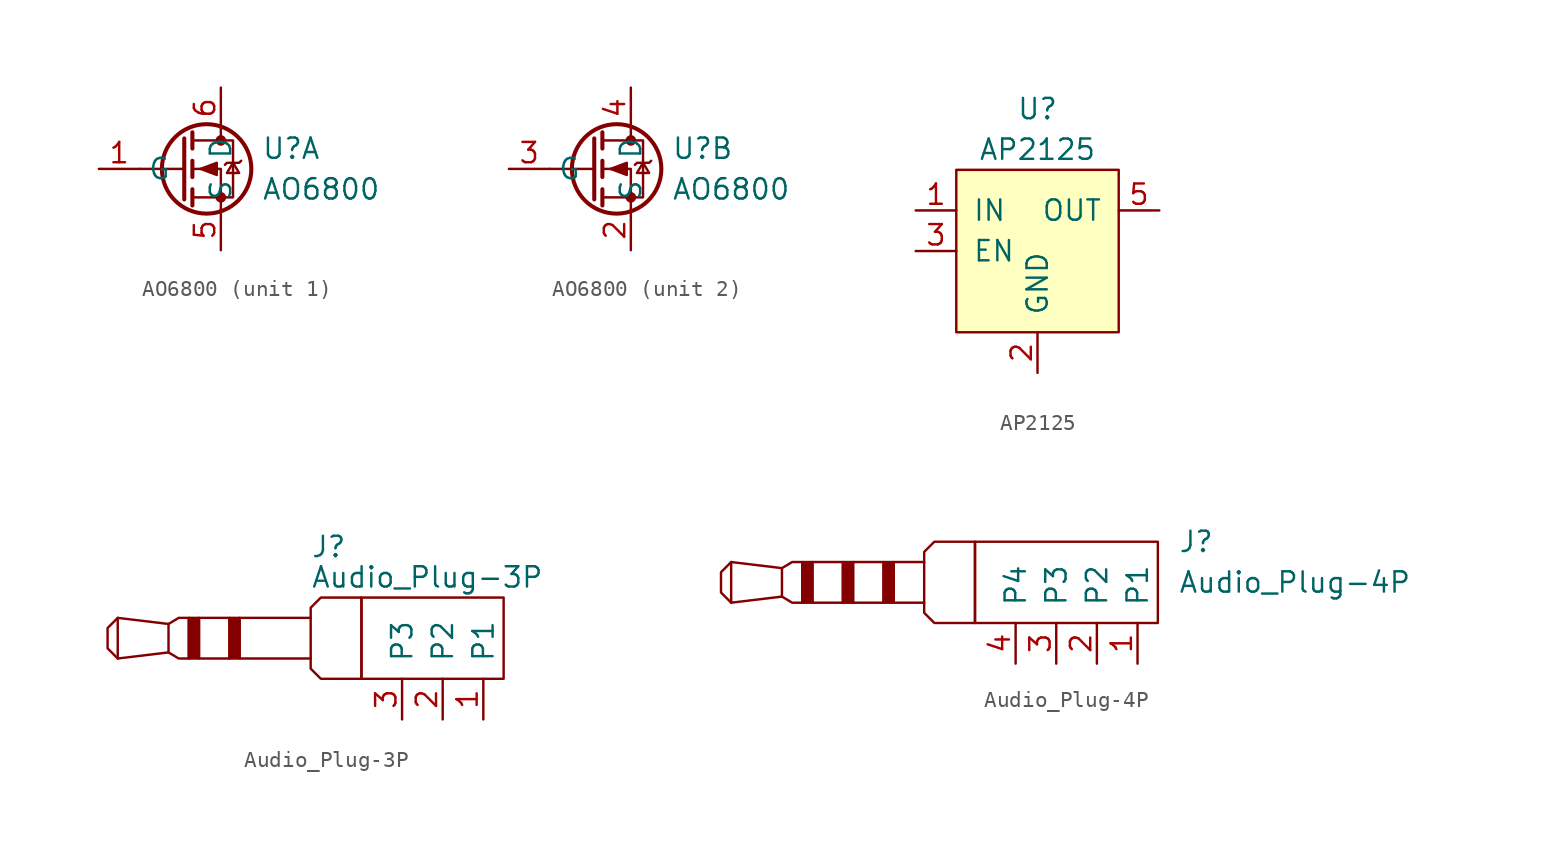
<source format=kicad_sym>
(kicad_symbol_lib
  (version 20231120)
  (generator "kicad_symbol_editor")
  (generator_version "8.0")
  (symbol "AO6800"
    (property "Reference" "U"
      (at 5.08 1.27 0)
      (effects (font (size 1.27 1.27)) (justify left)))
    (property "Value" "AO6800"
      (at 5.08 -1.27 0)
      (effects (font (size 1.27 1.27)) (justify left)))
    (symbol "AO6800_1_1"
      (polyline (pts (xy 0.254 0) (xy -2.54 0)) (stroke (width 0) (type default)) (fill (type none)))
      (polyline (pts (xy 0.254 1.905) (xy 0.254 -1.905)) (stroke (width 0.254) (type default)) (fill (type none)))
      (polyline (pts (xy 0.762 -1.27) (xy 0.762 -2.286)) (stroke (width 0.254) (type default)) (fill (type none)))
      (polyline (pts (xy 0.762 0.508) (xy 0.762 -0.508)) (stroke (width 0.254) (type default)) (fill (type none)))
      (polyline (pts (xy 0.762 2.286) (xy 0.762 1.27)) (stroke (width 0.254) (type default)) (fill (type none)))
      (polyline (pts (xy 2.54 2.54) (xy 2.54 1.778)) (stroke (width 0) (type default)) (fill (type none)))
      (polyline (pts (xy 2.54 -2.54) (xy 2.54 0) (xy 0.762 0)) (stroke (width 0) (type default)) (fill (type none)))
      (polyline (pts (xy 0.762 1.778) (xy 3.302 1.778) (xy 3.302 -1.778) (xy 0.762 -1.778)) (stroke (width 0) (type default)) (fill (type none)))
      (polyline (pts (xy 1.27 0) (xy 2.286 -0.381) (xy 2.286 0.381) (xy 1.27 0)) (stroke (width 0) (type default)) (fill (type outline)))
      (polyline (pts (xy 2.794 0.254) (xy 2.921 0.381) (xy 3.683 0.381) (xy 3.81 0.508)) (stroke (width 0) (type default)) (fill (type none)))
      (polyline (pts (xy 3.302 0.381) (xy 3.683 -0.254) (xy 2.921 -0.254) (xy 3.302 0.381)) (stroke (width 0) (type default)) (fill (type none)))
      (circle (center 1.651 0) (radius 2.794) (stroke (width 0.254) (type default)) (fill (type none)))
      (circle (center 2.54 -1.778) (radius 0.254) (stroke (width 0) (type default)) (fill (type outline)))
      (circle (center 2.54 1.778) (radius 0.254) (stroke (width 0) (type default)) (fill (type outline)))
      (pin input line (at -5.08 0 0) (length 2.54) (name "G" (effects (font (size 1.27 1.27)))) (number "1" (effects (font (size 1.27 1.27)))))
      (pin passive line (at 2.54 -5.08 90) (length 2.54) (name "S" (effects (font (size 1.27 1.27)))) (number "5" (effects (font (size 1.27 1.27)))))
      (pin passive line (at 2.54 5.08 270) (length 2.54) (name "D" (effects (font (size 1.27 1.27)))) (number "6" (effects (font (size 1.27 1.27))))))
    (symbol "AO6800_2_1"
      (polyline (pts (xy 0.254 0) (xy -2.54 0)) (stroke (width 0) (type default)) (fill (type none)))
      (polyline (pts (xy 0.254 1.905) (xy 0.254 -1.905)) (stroke (width 0.254) (type default)) (fill (type none)))
      (polyline (pts (xy 0.762 -1.27) (xy 0.762 -2.286)) (stroke (width 0.254) (type default)) (fill (type none)))
      (polyline (pts (xy 0.762 0.508) (xy 0.762 -0.508)) (stroke (width 0.254) (type default)) (fill (type none)))
      (polyline (pts (xy 0.762 2.286) (xy 0.762 1.27)) (stroke (width 0.254) (type default)) (fill (type none)))
      (polyline (pts (xy 2.54 2.54) (xy 2.54 1.778)) (stroke (width 0) (type default)) (fill (type none)))
      (polyline (pts (xy 2.54 -2.54) (xy 2.54 0) (xy 0.762 0)) (stroke (width 0) (type default)) (fill (type none)))
      (polyline (pts (xy 0.762 1.778) (xy 3.302 1.778) (xy 3.302 -1.778) (xy 0.762 -1.778)) (stroke (width 0) (type default)) (fill (type none)))
      (polyline (pts (xy 1.27 0) (xy 2.286 -0.381) (xy 2.286 0.381) (xy 1.27 0)) (stroke (width 0) (type default)) (fill (type outline)))
      (polyline (pts (xy 2.794 0.254) (xy 2.921 0.381) (xy 3.683 0.381) (xy 3.81 0.508)) (stroke (width 0) (type default)) (fill (type none)))
      (polyline (pts (xy 3.302 0.381) (xy 3.683 -0.254) (xy 2.921 -0.254) (xy 3.302 0.381)) (stroke (width 0) (type default)) (fill (type none)))
      (circle (center 1.651 0) (radius 2.794) (stroke (width 0.254) (type default)) (fill (type none)))
      (circle (center 2.54 -1.778) (radius 0.254) (stroke (width 0) (type default)) (fill (type outline)))
      (circle (center 2.54 1.778) (radius 0.254) (stroke (width 0) (type default)) (fill (type outline)))
      (pin passive line (at 2.54 -5.08 90) (length 2.54) (name "S" (effects (font (size 1.27 1.27)))) (number "2" (effects (font (size 1.27 1.27)))))
      (pin input line (at -5.08 0 0) (length 2.54) (name "G" (effects (font (size 1.27 1.27)))) (number "3" (effects (font (size 1.27 1.27)))))
      (pin passive line (at 2.54 5.08 270) (length 2.54) (name "D" (effects (font (size 1.27 1.27)))) (number "4" (effects (font (size 1.27 1.27)))))))
  (symbol "AP2125"
    (pin_names
      (offset 1.016))
    (property "Reference" "U"
      (at 0 6.35 0)
      (effects (font (size 1.27 1.27))))
    (property "Value" "AP2125"
      (at 0 3.81 0)
      (effects (font (size 1.27 1.27))))
    (symbol "AP2125_0_1"
      (rectangle (start -5.08 2.54) (end 5.08 -7.62) (stroke (width 0) (type default)) (fill (type background))))
    (symbol "AP2125_1_1"
      (pin power_in line (at -7.62 0 0) (length 2.54) (name "IN" (effects (font (size 1.27 1.27)))) (number "1" (effects (font (size 1.27 1.27)))))
      (pin power_in line (at 0 -10.16 90) (length 2.54) (name "GND" (effects (font (size 1.27 1.27)))) (number "2" (effects (font (size 1.27 1.27)))))
      (pin input line (at -7.62 -2.54 0) (length 2.54) (name "EN" (effects (font (size 1.27 1.27)))) (number "3" (effects (font (size 1.27 1.27)))))
      (pin no_connect line (at 7.62 -2.54 180) (length 2.54) hide (name "NC" (effects (font (size 1.27 1.27)))) (number "4" (effects (font (size 1.27 1.27)))))
      (pin input line (at 7.62 0 180) (length 2.54) (name "OUT" (effects (font (size 1.27 1.27)))) (number "5" (effects (font (size 1.27 1.27)))))))
  (symbol "Audio_Plug-3P"
    (pin_names
      (offset 1.016))
    (property "Reference" "J"
      (at 6.985 5.715 0)
      (effects (font (size 1.27 1.27)) (justify left)))
    (property "Value" "Audio_Plug-3P"
      (at 6.985 3.81 0)
      (effects (font (size 1.27 1.27)) (justify left)))
    (symbol "Audio_Plug-3P_0_1"
      (rectangle (start -0.635 1.27) (end 0 -1.27) (stroke (width 0) (type default)) (fill (type outline)))
      (polyline (pts (xy -5.08 1.27) (xy -5.08 -1.27)) (stroke (width 0) (type default)) (fill (type none)))
      (polyline (pts (xy -1.905 0.889) (xy -5.08 1.27) (xy -5.715 0.635) (xy -5.715 -0.635) (xy -5.08 -1.27) (xy -1.905 -0.889)) (stroke (width 0) (type default)) (fill (type none)))
      (polyline (pts (xy -0.635 1.27) (xy -1.27 1.27) (xy -1.905 0.889) (xy -1.905 -0.889) (xy -1.27 -1.27) (xy -0.635 -1.27) (xy -0.635 1.27)) (stroke (width 0) (type default)) (fill (type none)))
      (polyline (pts (xy 6.985 1.27) (xy 6.985 1.905) (xy 7.62 2.54) (xy 10.16 2.54) (xy 10.16 -2.54) (xy 7.62 -2.54) (xy 6.985 -1.905) (xy 6.985 -1.27)) (stroke (width 0) (type default)) (fill (type none)))
      (rectangle (start 0 1.27) (end 1.905 -1.27) (stroke (width 0) (type default)) (fill (type none)))
      (rectangle (start 1.905 1.27) (end 2.54 -1.27) (stroke (width 0) (type default)) (fill (type outline)))
      (rectangle (start 2.54 1.27) (end 6.985 -1.27) (stroke (width 0) (type default)) (fill (type none)))
      (rectangle (start 10.16 2.54) (end 19.05 -2.54) (stroke (width 0) (type default)) (fill (type none))))
    (symbol "Audio_Plug-3P_1_1"
      (pin output line (at 17.78 -5.08 90) (length 2.54) (name "P1" (effects (font (size 1.27 1.27)))) (number "1" (effects (font (size 1.27 1.27)))))
      (pin output line (at 15.24 -5.08 90) (length 2.54) (name "P2" (effects (font (size 1.27 1.27)))) (number "2" (effects (font (size 1.27 1.27)))))
      (pin output line (at 12.7 -5.08 90) (length 2.54) (name "P3" (effects (font (size 1.27 1.27)))) (number "3" (effects (font (size 1.27 1.27)))))))
  (symbol "Audio_Plug-4P"
    (pin_names
      (offset 1.016))
    (property "Reference" "J"
      (at 22.86 2.54 0)
      (effects (font (size 1.27 1.27)) (justify left)))
    (property "Value" "Audio_Plug-4P"
      (at 22.86 0 0)
      (effects (font (size 1.27 1.27)) (justify left)))
    (symbol "Audio_Plug-4P_0_1"
      (rectangle (start -0.635 1.27) (end 0 -1.27) (stroke (width 0) (type default)) (fill (type outline)))
      (polyline (pts (xy -5.08 1.27) (xy -5.08 -1.27)) (stroke (width 0) (type default)) (fill (type none)))
      (polyline (pts (xy -1.905 0.889) (xy -5.08 1.27) (xy -5.715 0.635) (xy -5.715 -0.635) (xy -5.08 -1.27) (xy -1.905 -0.889)) (stroke (width 0) (type default)) (fill (type none)))
      (polyline (pts (xy -0.635 1.27) (xy -1.27 1.27) (xy -1.905 0.889) (xy -1.905 -0.889) (xy -1.27 -1.27) (xy -0.635 -1.27) (xy -0.635 1.27)) (stroke (width 0) (type default)) (fill (type none)))
      (polyline (pts (xy 6.985 1.27) (xy 6.985 1.905) (xy 7.62 2.54) (xy 10.16 2.54) (xy 10.16 -2.54) (xy 7.62 -2.54) (xy 6.985 -1.905) (xy 6.985 -1.27)) (stroke (width 0) (type default)) (fill (type none)))
      (rectangle (start 0 1.27) (end 1.905 -1.27) (stroke (width 0) (type default)) (fill (type none)))
      (rectangle (start 1.905 1.27) (end 2.54 -1.27) (stroke (width 0) (type default)) (fill (type outline)))
      (rectangle (start 2.54 1.27) (end 4.445 -1.27) (stroke (width 0) (type default)) (fill (type none)))
      (rectangle (start 4.445 1.27) (end 5.08 -1.27) (stroke (width 0) (type default)) (fill (type outline)))
      (rectangle (start 5.08 1.27) (end 6.985 -1.27) (stroke (width 0) (type default)) (fill (type none)))
      (rectangle (start 10.16 2.54) (end 21.59 -2.54) (stroke (width 0) (type default)) (fill (type none))))
    (symbol "Audio_Plug-4P_1_1"
      (pin output line (at 20.32 -5.08 90) (length 2.54) (name "P1" (effects (font (size 1.27 1.27)))) (number "1" (effects (font (size 1.27 1.27)))))
      (pin output line (at 17.78 -5.08 90) (length 2.54) (name "P2" (effects (font (size 1.27 1.27)))) (number "2" (effects (font (size 1.27 1.27)))))
      (pin output line (at 15.24 -5.08 90) (length 2.54) (name "P3" (effects (font (size 1.27 1.27)))) (number "3" (effects (font (size 1.27 1.27)))))
      (pin output line (at 12.7 -5.08 90) (length 2.54) (name "P4" (effects (font (size 1.27 1.27)))) (number "4" (effects (font (size 1.27 1.27))))))))
</source>
